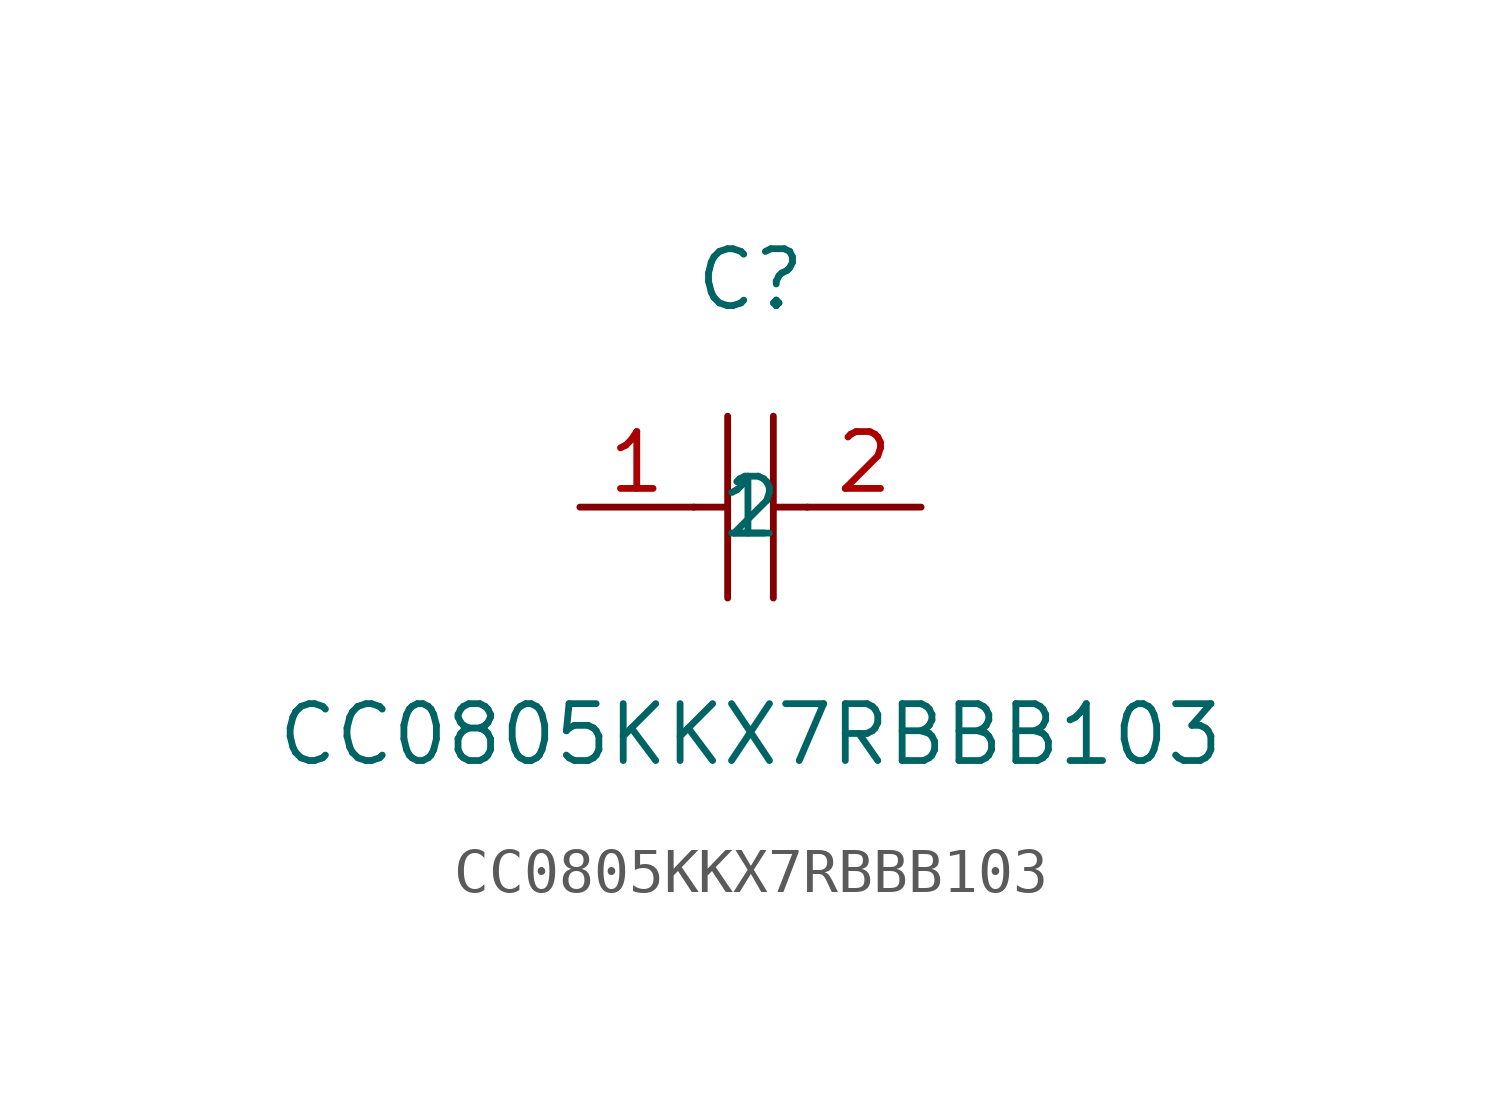
<source format=kicad_sym>
(kicad_symbol_lib
  (version 20211014)
  (generator https://github.com/uPesy/easyeda2kicad.py)
  (symbol "CC0805KKX7RBBB103"
    (property "Reference" "C"
      (at 0 5.08 0)
      (effects (font (size 1.27 1.27))))
    (property "Value" "CC0805KKX7RBBB103"
      (at 0 -5.08 0)
      (effects (font (size 1.27 1.27))))
    (symbol "CC0805KKX7RBBB103_0_1"
      (polyline (pts (xy -0.51 2.03) (xy -0.51 -2.03)) (stroke (width 0) (type default) (color 0 0 0 0)) (fill (type none)))
      (polyline (pts (xy 0.51 2.03) (xy 0.51 -2.03)) (stroke (width 0) (type default) (color 0 0 0 0)) (fill (type none)))
      (polyline (pts (xy -1.27 -0.00) (xy -0.51 -0.00)) (stroke (width 0) (type default) (color 0 0 0 0)) (fill (type none)))
      (polyline (pts (xy 0.51 -0.00) (xy 1.27 -0.00)) (stroke (width 0) (type default) (color 0 0 0 0)) (fill (type none)))
      (pin input line (at -3.81 -0.00 0) (length 2.54) (name "1" (effects (font (size 1.27 1.27)))) (number "1" (effects (font (size 1.27 1.27)))))
      (pin input line (at 3.81 -0.00 180) (length 2.54) (name "2" (effects (font (size 1.27 1.27)))) (number "2" (effects (font (size 1.27 1.27))))))))
</source>
